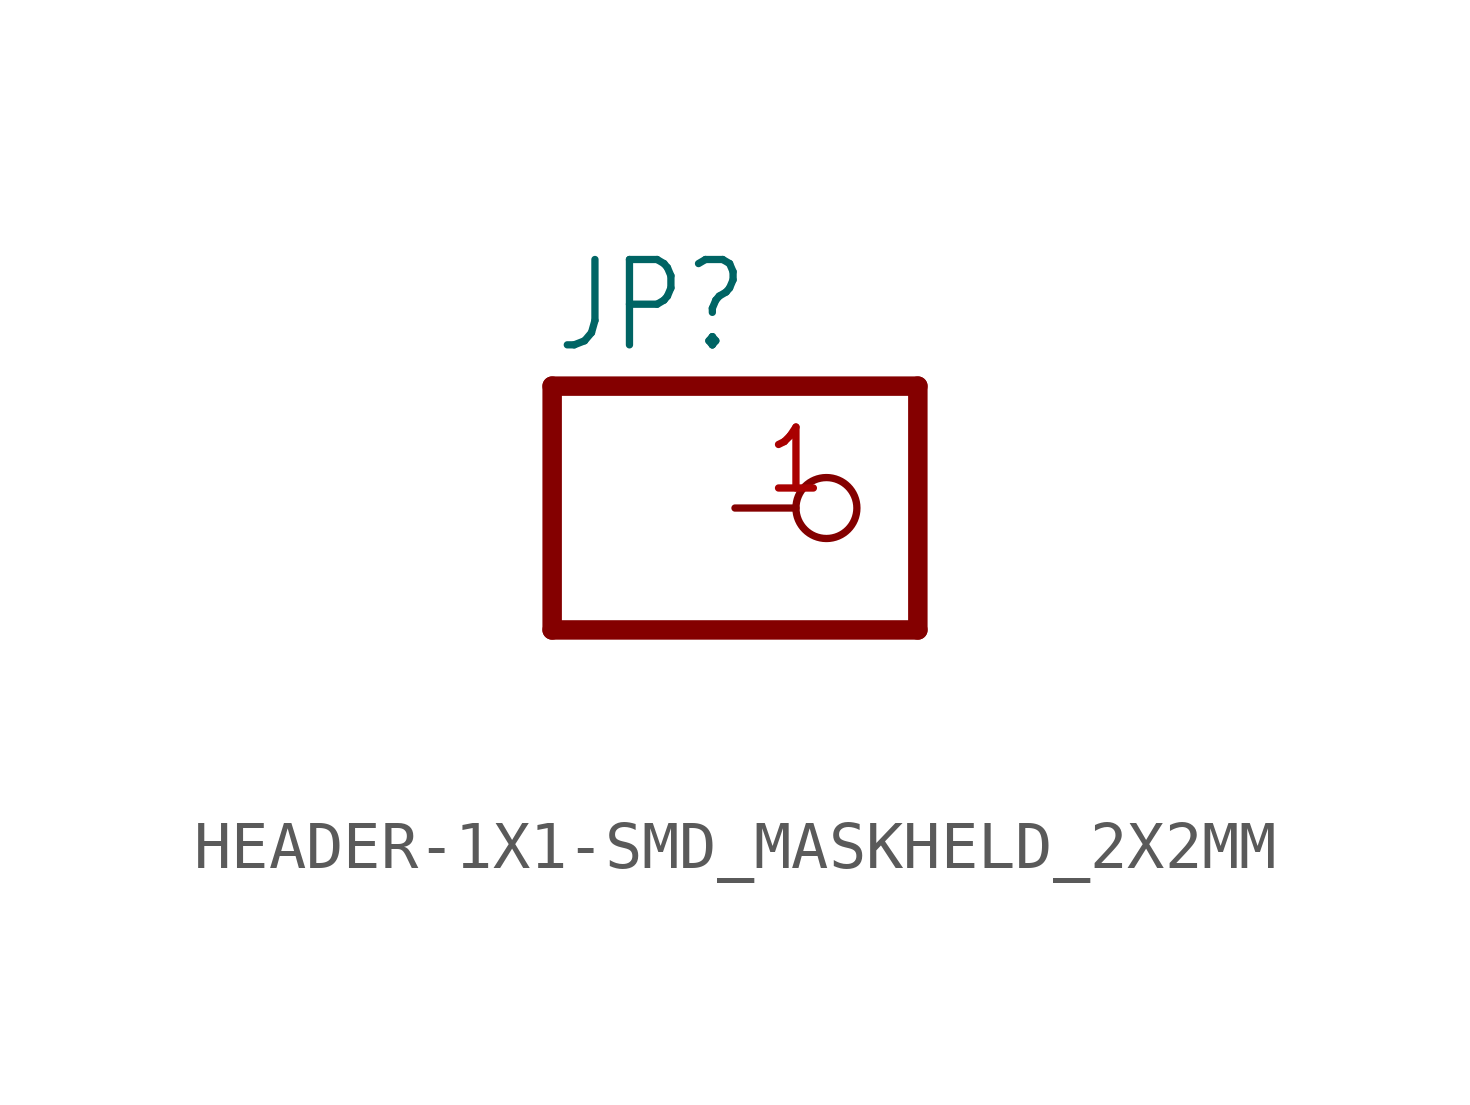
<source format=kicad_sym>
(kicad_symbol_lib
  (version 20220914)
  (generator kicad_symbol_editor)
  (symbol "HEADER-1X1-SMD_MASKHELD_2X2MM"
    (property "Reference" "JP"
      (at -6.35 3.175 0)
      (effects (font (size 1.778 1.511)) (justify left bottom)))
    (property "Value" ""
      (at -6.35 -5.08 0)
      (effects (font (size 1.778 1.511)) (justify left bottom)))
    (property "ki_locked" ""
      (at 0 0 0)
      (effects (font (size 1.27 1.27))))
    (symbol "HEADER-1X1-SMD_MASKHELD_2X2MM_1_0"
      (polyline (pts (xy -6.35 -2.54) (xy 1.27 -2.54)) (stroke (width 0.406) (type solid)) (fill (type none)))
      (polyline (pts (xy -6.35 2.54) (xy -6.35 -2.54)) (stroke (width 0.406) (type solid)) (fill (type none)))
      (polyline (pts (xy 1.27 -2.54) (xy 1.27 2.54)) (stroke (width 0.406) (type solid)) (fill (type none)))
      (polyline (pts (xy 1.27 2.54) (xy -6.35 2.54)) (stroke (width 0.406) (type solid)) (fill (type none)))
      (pin passive inverted (at -2.54 0 0) (length 2.54) (name "1" (effects (font (size 0 0)))) (number "1" (effects (font (size 1.27 1.27))))))))
</source>
